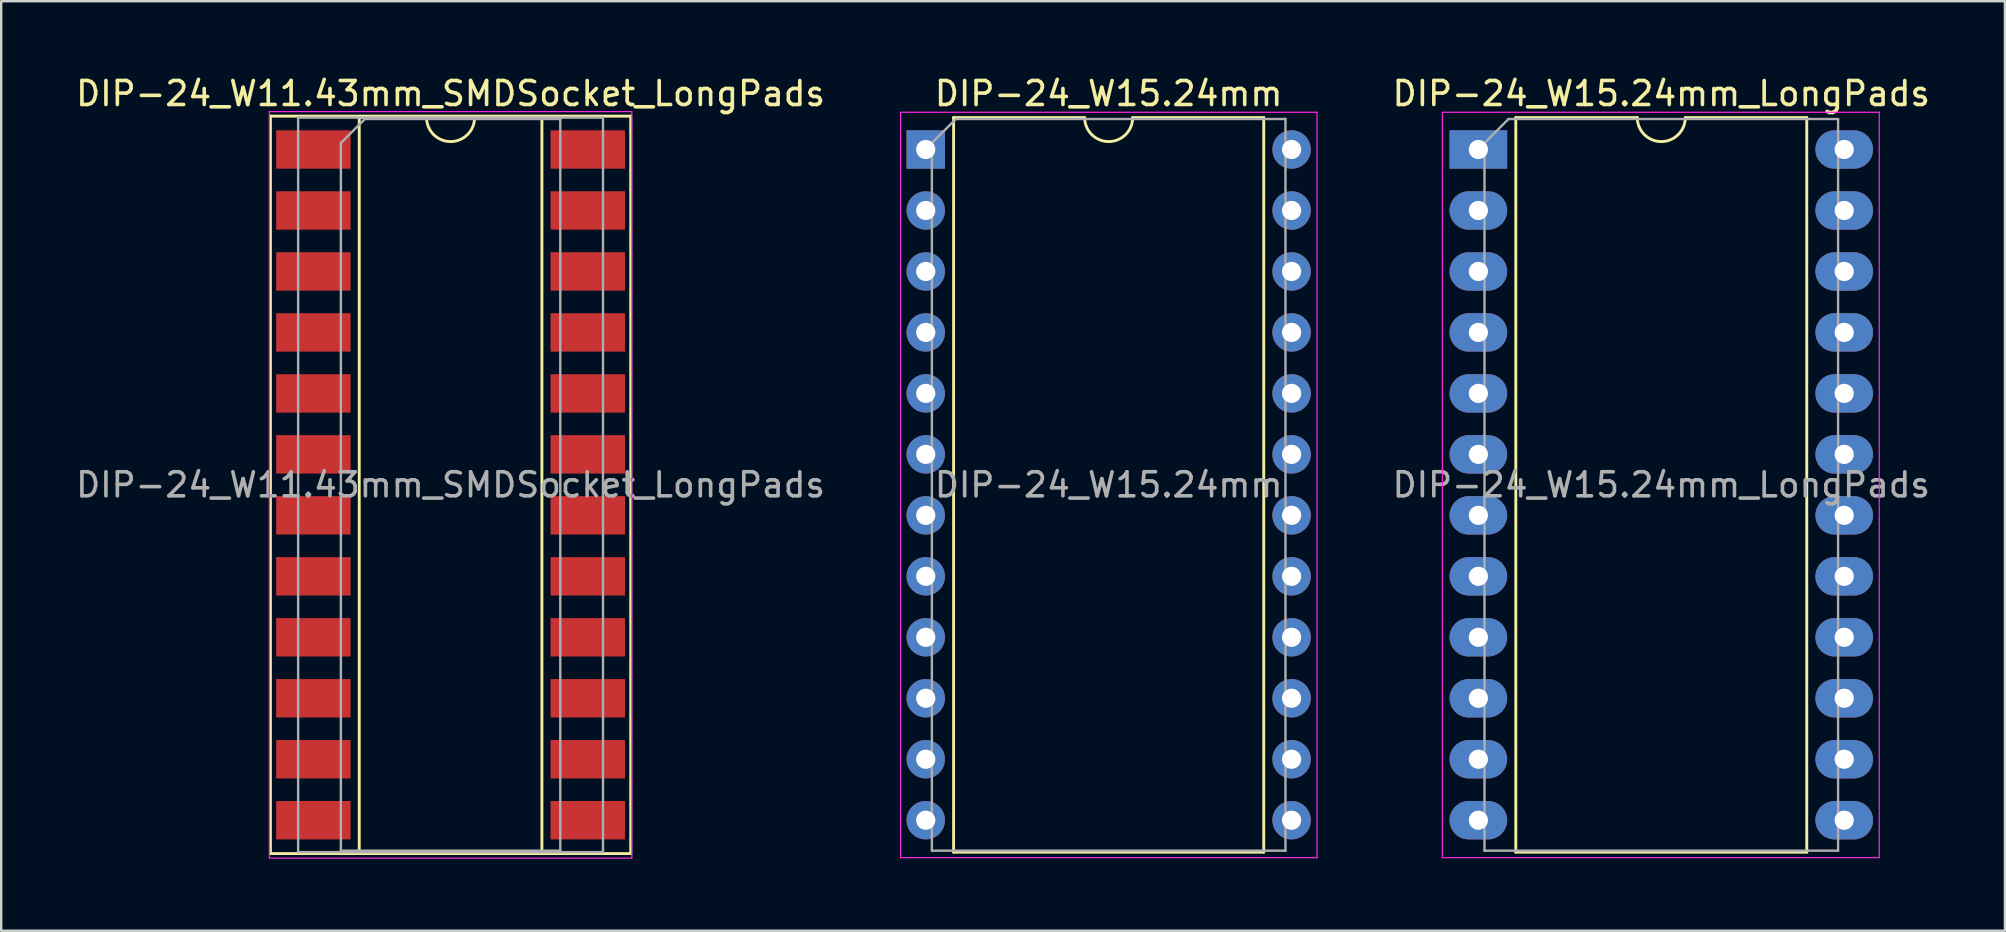
<source format=kicad_pcb>
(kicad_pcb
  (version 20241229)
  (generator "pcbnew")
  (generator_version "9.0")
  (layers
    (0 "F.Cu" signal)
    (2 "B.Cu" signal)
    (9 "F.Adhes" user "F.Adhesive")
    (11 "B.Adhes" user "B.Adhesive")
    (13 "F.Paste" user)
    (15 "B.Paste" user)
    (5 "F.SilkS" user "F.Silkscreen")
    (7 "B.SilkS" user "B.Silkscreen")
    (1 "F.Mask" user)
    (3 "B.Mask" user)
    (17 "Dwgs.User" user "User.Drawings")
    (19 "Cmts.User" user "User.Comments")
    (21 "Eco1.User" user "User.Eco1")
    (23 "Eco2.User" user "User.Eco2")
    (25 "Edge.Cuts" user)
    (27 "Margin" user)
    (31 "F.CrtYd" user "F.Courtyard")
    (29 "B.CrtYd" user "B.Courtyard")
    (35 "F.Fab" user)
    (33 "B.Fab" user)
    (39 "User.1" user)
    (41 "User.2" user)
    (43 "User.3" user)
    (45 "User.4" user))
  (footprint "DIP-24_W15.24mm_LongPads"
    (layer "F.Cu")
    (at 58.536 3.178)
    (property "Reference" "DIP-24_W15.24mm_LongPads" (at 7.62 -2.33 0) (layer "F.SilkS") (effects (font (size 1 1) (thickness 0.15))))
    (attr through_hole)
    (fp_line (start 1.56 -1.33) (end 1.56 29.27) (stroke (width 0.12) (type solid)) (layer "F.SilkS"))
    (fp_line (start 1.56 29.27) (end 13.68 29.27) (stroke (width 0.12) (type solid)) (layer "F.SilkS"))
    (fp_line (start 6.62 -1.33) (end 1.56 -1.33) (stroke (width 0.12) (type solid)) (layer "F.SilkS"))
    (fp_line (start 13.68 -1.33) (end 8.62 -1.33) (stroke (width 0.12) (type solid)) (layer "F.SilkS"))
    (fp_line (start 13.68 29.27) (end 13.68 -1.33) (stroke (width 0.12) (type solid)) (layer "F.SilkS"))
    (fp_arc (start 8.62 -1.33) (mid 7.62 -0.33) (end 6.62 -1.33) (stroke (width 0.12) (type solid)) (layer "F.SilkS"))
    (fp_line (start -1.5 -1.55) (end -1.5 29.5) (stroke (width 0.05) (type solid)) (layer "F.CrtYd"))
    (fp_line (start -1.5 29.5) (end 16.7 29.5) (stroke (width 0.05) (type solid)) (layer "F.CrtYd"))
    (fp_line (start 16.7 -1.55) (end -1.5 -1.55) (stroke (width 0.05) (type solid)) (layer "F.CrtYd"))
    (fp_line (start 16.7 29.5) (end 16.7 -1.55) (stroke (width 0.05) (type solid)) (layer "F.CrtYd"))
    (fp_line (start 0.255 -0.27) (end 1.255 -1.27) (stroke (width 0.1) (type solid)) (layer "F.Fab"))
    (fp_line (start 0.255 29.21) (end 0.255 -0.27) (stroke (width 0.1) (type solid)) (layer "F.Fab"))
    (fp_line (start 1.255 -1.27) (end 14.985 -1.27) (stroke (width 0.1) (type solid)) (layer "F.Fab"))
    (fp_line (start 14.985 -1.27) (end 14.985 29.21) (stroke (width 0.1) (type solid)) (layer "F.Fab"))
    (fp_line (start 14.985 29.21) (end 0.255 29.21) (stroke (width 0.1) (type solid)) (layer "F.Fab"))
    (fp_text user "${REFERENCE}" (at 7.62 13.97 0) (layer "F.Fab") (effects (font (size 1 1) (thickness 0.15))))
    (pad "1" thru_hole rect (at 0 0) (size 2.4 1.6) (drill 0.8) (layers "*.Cu" "*.Mask"))
    (pad "2" thru_hole oval (at 0 2.54) (size 2.4 1.6) (drill 0.8) (layers "*.Cu" "*.Mask"))
    (pad "3" thru_hole oval (at 0 5.08) (size 2.4 1.6) (drill 0.8) (layers "*.Cu" "*.Mask"))
    (pad "4" thru_hole oval (at 0 7.62) (size 2.4 1.6) (drill 0.8) (layers "*.Cu" "*.Mask"))
    (pad "5" thru_hole oval (at 0 10.16) (size 2.4 1.6) (drill 0.8) (layers "*.Cu" "*.Mask"))
    (pad "6" thru_hole oval (at 0 12.7) (size 2.4 1.6) (drill 0.8) (layers "*.Cu" "*.Mask"))
    (pad "7" thru_hole oval (at 0 15.24) (size 2.4 1.6) (drill 0.8) (layers "*.Cu" "*.Mask"))
    (pad "8" thru_hole oval (at 0 17.78) (size 2.4 1.6) (drill 0.8) (layers "*.Cu" "*.Mask"))
    (pad "9" thru_hole oval (at 0 20.32) (size 2.4 1.6) (drill 0.8) (layers "*.Cu" "*.Mask"))
    (pad "10" thru_hole oval (at 0 22.86) (size 2.4 1.6) (drill 0.8) (layers "*.Cu" "*.Mask"))
    (pad "11" thru_hole oval (at 0 25.4) (size 2.4 1.6) (drill 0.8) (layers "*.Cu" "*.Mask"))
    (pad "12" thru_hole oval (at 0 27.94) (size 2.4 1.6) (drill 0.8) (layers "*.Cu" "*.Mask"))
    (pad "13" thru_hole oval (at 15.24 27.94) (size 2.4 1.6) (drill 0.8) (layers "*.Cu" "*.Mask"))
    (pad "14" thru_hole oval (at 15.24 25.4) (size 2.4 1.6) (drill 0.8) (layers "*.Cu" "*.Mask"))
    (pad "15" thru_hole oval (at 15.24 22.86) (size 2.4 1.6) (drill 0.8) (layers "*.Cu" "*.Mask"))
    (pad "16" thru_hole oval (at 15.24 20.32) (size 2.4 1.6) (drill 0.8) (layers "*.Cu" "*.Mask"))
    (pad "17" thru_hole oval (at 15.24 17.78) (size 2.4 1.6) (drill 0.8) (layers "*.Cu" "*.Mask"))
    (pad "18" thru_hole oval (at 15.24 15.24) (size 2.4 1.6) (drill 0.8) (layers "*.Cu" "*.Mask"))
    (pad "19" thru_hole oval (at 15.24 12.7) (size 2.4 1.6) (drill 0.8) (layers "*.Cu" "*.Mask"))
    (pad "20" thru_hole oval (at 15.24 10.16) (size 2.4 1.6) (drill 0.8) (layers "*.Cu" "*.Mask"))
    (pad "21" thru_hole oval (at 15.24 7.62) (size 2.4 1.6) (drill 0.8) (layers "*.Cu" "*.Mask"))
    (pad "22" thru_hole oval (at 15.24 5.08) (size 2.4 1.6) (drill 0.8) (layers "*.Cu" "*.Mask"))
    (pad "23" thru_hole oval (at 15.24 2.54) (size 2.4 1.6) (drill 0.8) (layers "*.Cu" "*.Mask"))
    (pad "24" thru_hole oval (at 15.24 0) (size 2.4 1.6) (drill 0.8) (layers "*.Cu" "*.Mask")))
  (footprint "DIP-24_W15.24mm"
    (layer "F.Cu")
    (at 35.515 3.178)
    (property "Reference" "DIP-24_W15.24mm" (at 7.62 -2.33 0) (layer "F.SilkS") (effects (font (size 1 1) (thickness 0.15))))
    (attr through_hole)
    (fp_line (start 1.16 -1.33) (end 1.16 29.27) (stroke (width 0.12) (type solid)) (layer "F.SilkS"))
    (fp_line (start 1.16 29.27) (end 14.08 29.27) (stroke (width 0.12) (type solid)) (layer "F.SilkS"))
    (fp_line (start 6.62 -1.33) (end 1.16 -1.33) (stroke (width 0.12) (type solid)) (layer "F.SilkS"))
    (fp_line (start 14.08 -1.33) (end 8.62 -1.33) (stroke (width 0.12) (type solid)) (layer "F.SilkS"))
    (fp_line (start 14.08 29.27) (end 14.08 -1.33) (stroke (width 0.12) (type solid)) (layer "F.SilkS"))
    (fp_arc (start 8.62 -1.33) (mid 7.62 -0.33) (end 6.62 -1.33) (stroke (width 0.12) (type solid)) (layer "F.SilkS"))
    (fp_line (start -1.05 -1.55) (end -1.05 29.5) (stroke (width 0.05) (type solid)) (layer "F.CrtYd"))
    (fp_line (start -1.05 29.5) (end 16.3 29.5) (stroke (width 0.05) (type solid)) (layer "F.CrtYd"))
    (fp_line (start 16.3 -1.55) (end -1.05 -1.55) (stroke (width 0.05) (type solid)) (layer "F.CrtYd"))
    (fp_line (start 16.3 29.5) (end 16.3 -1.55) (stroke (width 0.05) (type solid)) (layer "F.CrtYd"))
    (fp_line (start 0.255 -0.27) (end 1.255 -1.27) (stroke (width 0.1) (type solid)) (layer "F.Fab"))
    (fp_line (start 0.255 29.21) (end 0.255 -0.27) (stroke (width 0.1) (type solid)) (layer "F.Fab"))
    (fp_line (start 1.255 -1.27) (end 14.985 -1.27) (stroke (width 0.1) (type solid)) (layer "F.Fab"))
    (fp_line (start 14.985 -1.27) (end 14.985 29.21) (stroke (width 0.1) (type solid)) (layer "F.Fab"))
    (fp_line (start 14.985 29.21) (end 0.255 29.21) (stroke (width 0.1) (type solid)) (layer "F.Fab"))
    (fp_text user "${REFERENCE}" (at 7.62 13.97 0) (layer "F.Fab") (effects (font (size 1 1) (thickness 0.15))))
    (pad "1" thru_hole rect (at 0 0) (size 1.6 1.6) (drill 0.8) (layers "*.Cu" "*.Mask"))
    (pad "2" thru_hole oval (at 0 2.54) (size 1.6 1.6) (drill 0.8) (layers "*.Cu" "*.Mask"))
    (pad "3" thru_hole oval (at 0 5.08) (size 1.6 1.6) (drill 0.8) (layers "*.Cu" "*.Mask"))
    (pad "4" thru_hole oval (at 0 7.62) (size 1.6 1.6) (drill 0.8) (layers "*.Cu" "*.Mask"))
    (pad "5" thru_hole oval (at 0 10.16) (size 1.6 1.6) (drill 0.8) (layers "*.Cu" "*.Mask"))
    (pad "6" thru_hole oval (at 0 12.7) (size 1.6 1.6) (drill 0.8) (layers "*.Cu" "*.Mask"))
    (pad "7" thru_hole oval (at 0 15.24) (size 1.6 1.6) (drill 0.8) (layers "*.Cu" "*.Mask"))
    (pad "8" thru_hole oval (at 0 17.78) (size 1.6 1.6) (drill 0.8) (layers "*.Cu" "*.Mask"))
    (pad "9" thru_hole oval (at 0 20.32) (size 1.6 1.6) (drill 0.8) (layers "*.Cu" "*.Mask"))
    (pad "10" thru_hole oval (at 0 22.86) (size 1.6 1.6) (drill 0.8) (layers "*.Cu" "*.Mask"))
    (pad "11" thru_hole oval (at 0 25.4) (size 1.6 1.6) (drill 0.8) (layers "*.Cu" "*.Mask"))
    (pad "12" thru_hole oval (at 0 27.94) (size 1.6 1.6) (drill 0.8) (layers "*.Cu" "*.Mask"))
    (pad "13" thru_hole oval (at 15.24 27.94) (size 1.6 1.6) (drill 0.8) (layers "*.Cu" "*.Mask"))
    (pad "14" thru_hole oval (at 15.24 25.4) (size 1.6 1.6) (drill 0.8) (layers "*.Cu" "*.Mask"))
    (pad "15" thru_hole oval (at 15.24 22.86) (size 1.6 1.6) (drill 0.8) (layers "*.Cu" "*.Mask"))
    (pad "16" thru_hole oval (at 15.24 20.32) (size 1.6 1.6) (drill 0.8) (layers "*.Cu" "*.Mask"))
    (pad "17" thru_hole oval (at 15.24 17.78) (size 1.6 1.6) (drill 0.8) (layers "*.Cu" "*.Mask"))
    (pad "18" thru_hole oval (at 15.24 15.24) (size 1.6 1.6) (drill 0.8) (layers "*.Cu" "*.Mask"))
    (pad "19" thru_hole oval (at 15.24 12.7) (size 1.6 1.6) (drill 0.8) (layers "*.Cu" "*.Mask"))
    (pad "20" thru_hole oval (at 15.24 10.16) (size 1.6 1.6) (drill 0.8) (layers "*.Cu" "*.Mask"))
    (pad "21" thru_hole oval (at 15.24 7.62) (size 1.6 1.6) (drill 0.8) (layers "*.Cu" "*.Mask"))
    (pad "22" thru_hole oval (at 15.24 5.08) (size 1.6 1.6) (drill 0.8) (layers "*.Cu" "*.Mask"))
    (pad "23" thru_hole oval (at 15.24 2.54) (size 1.6 1.6) (drill 0.8) (layers "*.Cu" "*.Mask"))
    (pad "24" thru_hole oval (at 15.24 0) (size 1.6 1.6) (drill 0.8) (layers "*.Cu" "*.Mask")))
  (footprint "DIP-24_W11.43mm_SMDSocket_LongPads"
    (layer "F.Cu")
    (at 15.72 17.148)
    (property "Reference" "DIP-24_W11.43mm_SMDSocket_LongPads" (at 0 -16.3 0) (layer "F.SilkS") (effects (font (size 1 1) (thickness 0.15))))
    (attr smd)
    (fp_line (start -7.505 -15.36) (end -7.505 15.36) (stroke (width 0.12) (type solid)) (layer "F.SilkS"))
    (fp_line (start -7.505 15.36) (end 7.505 15.36) (stroke (width 0.12) (type solid)) (layer "F.SilkS"))
    (fp_line (start -3.805 -15.3) (end -3.805 15.3) (stroke (width 0.12) (type solid)) (layer "F.SilkS"))
    (fp_line (start -3.805 15.3) (end 3.805 15.3) (stroke (width 0.12) (type solid)) (layer "F.SilkS"))
    (fp_line (start -1 -15.3) (end -3.805 -15.3) (stroke (width 0.12) (type solid)) (layer "F.SilkS"))
    (fp_line (start 3.805 -15.3) (end 1 -15.3) (stroke (width 0.12) (type solid)) (layer "F.SilkS"))
    (fp_line (start 3.805 15.3) (end 3.805 -15.3) (stroke (width 0.12) (type solid)) (layer "F.SilkS"))
    (fp_line (start 7.505 -15.36) (end -7.505 -15.36) (stroke (width 0.12) (type solid)) (layer "F.SilkS"))
    (fp_line (start 7.505 15.36) (end 7.505 -15.36) (stroke (width 0.12) (type solid)) (layer "F.SilkS"))
    (fp_arc (start 1 -15.3) (mid 0 -14.3) (end -1 -15.3) (stroke (width 0.12) (type solid)) (layer "F.SilkS"))
    (fp_line (start -7.55 -15.55) (end -7.55 15.55) (stroke (width 0.05) (type solid)) (layer "F.CrtYd"))
    (fp_line (start -7.55 15.55) (end 7.55 15.55) (stroke (width 0.05) (type solid)) (layer "F.CrtYd"))
    (fp_line (start 7.55 -15.55) (end -7.55 -15.55) (stroke (width 0.05) (type solid)) (layer "F.CrtYd"))
    (fp_line (start 7.55 15.55) (end 7.55 -15.55) (stroke (width 0.05) (type solid)) (layer "F.CrtYd"))
    (fp_line (start -6.35 -15.3) (end -6.35 15.3) (stroke (width 0.1) (type solid)) (layer "F.Fab"))
    (fp_line (start -6.35 15.3) (end 6.35 15.3) (stroke (width 0.1) (type solid)) (layer "F.Fab"))
    (fp_line (start -4.57 -14.24) (end -3.57 -15.24) (stroke (width 0.1) (type solid)) (layer "F.Fab"))
    (fp_line (start -4.57 15.24) (end -4.57 -14.24) (stroke (width 0.1) (type solid)) (layer "F.Fab"))
    (fp_line (start -3.57 -15.24) (end 4.57 -15.24) (stroke (width 0.1) (type solid)) (layer "F.Fab"))
    (fp_line (start 4.57 -15.24) (end 4.57 15.24) (stroke (width 0.1) (type solid)) (layer "F.Fab"))
    (fp_line (start 4.57 15.24) (end -4.57 15.24) (stroke (width 0.1) (type solid)) (layer "F.Fab"))
    (fp_line (start 6.35 -15.3) (end -6.35 -15.3) (stroke (width 0.1) (type solid)) (layer "F.Fab"))
    (fp_line (start 6.35 15.3) (end 6.35 -15.3) (stroke (width 0.1) (type solid)) (layer "F.Fab"))
    (fp_text user "${REFERENCE}" (at 0 0 0) (layer "F.Fab") (effects (font (size 1 1) (thickness 0.15))))
    (pad "1" smd rect (at -5.715 -13.97) (size 3.1 1.6) (layers "F.Cu" "F.Mask" "F.Paste"))
    (pad "2" smd rect (at -5.715 -11.43) (size 3.1 1.6) (layers "F.Cu" "F.Mask" "F.Paste"))
    (pad "3" smd rect (at -5.715 -8.89) (size 3.1 1.6) (layers "F.Cu" "F.Mask" "F.Paste"))
    (pad "4" smd rect (at -5.715 -6.35) (size 3.1 1.6) (layers "F.Cu" "F.Mask" "F.Paste"))
    (pad "5" smd rect (at -5.715 -3.81) (size 3.1 1.6) (layers "F.Cu" "F.Mask" "F.Paste"))
    (pad "6" smd rect (at -5.715 -1.27) (size 3.1 1.6) (layers "F.Cu" "F.Mask" "F.Paste"))
    (pad "7" smd rect (at -5.715 1.27) (size 3.1 1.6) (layers "F.Cu" "F.Mask" "F.Paste"))
    (pad "8" smd rect (at -5.715 3.81) (size 3.1 1.6) (layers "F.Cu" "F.Mask" "F.Paste"))
    (pad "9" smd rect (at -5.715 6.35) (size 3.1 1.6) (layers "F.Cu" "F.Mask" "F.Paste"))
    (pad "10" smd rect (at -5.715 8.89) (size 3.1 1.6) (layers "F.Cu" "F.Mask" "F.Paste"))
    (pad "11" smd rect (at -5.715 11.43) (size 3.1 1.6) (layers "F.Cu" "F.Mask" "F.Paste"))
    (pad "12" smd rect (at -5.715 13.97) (size 3.1 1.6) (layers "F.Cu" "F.Mask" "F.Paste"))
    (pad "13" smd rect (at 5.715 13.97) (size 3.1 1.6) (layers "F.Cu" "F.Mask" "F.Paste"))
    (pad "14" smd rect (at 5.715 11.43) (size 3.1 1.6) (layers "F.Cu" "F.Mask" "F.Paste"))
    (pad "15" smd rect (at 5.715 8.89) (size 3.1 1.6) (layers "F.Cu" "F.Mask" "F.Paste"))
    (pad "16" smd rect (at 5.715 6.35) (size 3.1 1.6) (layers "F.Cu" "F.Mask" "F.Paste"))
    (pad "17" smd rect (at 5.715 3.81) (size 3.1 1.6) (layers "F.Cu" "F.Mask" "F.Paste"))
    (pad "18" smd rect (at 5.715 1.27) (size 3.1 1.6) (layers "F.Cu" "F.Mask" "F.Paste"))
    (pad "19" smd rect (at 5.715 -1.27) (size 3.1 1.6) (layers "F.Cu" "F.Mask" "F.Paste"))
    (pad "20" smd rect (at 5.715 -3.81) (size 3.1 1.6) (layers "F.Cu" "F.Mask" "F.Paste"))
    (pad "21" smd rect (at 5.715 -6.35) (size 3.1 1.6) (layers "F.Cu" "F.Mask" "F.Paste"))
    (pad "22" smd rect (at 5.715 -8.89) (size 3.1 1.6) (layers "F.Cu" "F.Mask" "F.Paste"))
    (pad "23" smd rect (at 5.715 -11.43) (size 3.1 1.6) (layers "F.Cu" "F.Mask" "F.Paste"))
    (pad "24" smd rect (at 5.715 -13.97) (size 3.1 1.6) (layers "F.Cu" "F.Mask" "F.Paste")))
  (gr_rect
    (start -3 -3)
    (end 80.471 35.723)
    (stroke (width 0.1) (type default))
    (fill no)
    (layer "Edge.Cuts")))
</source>
